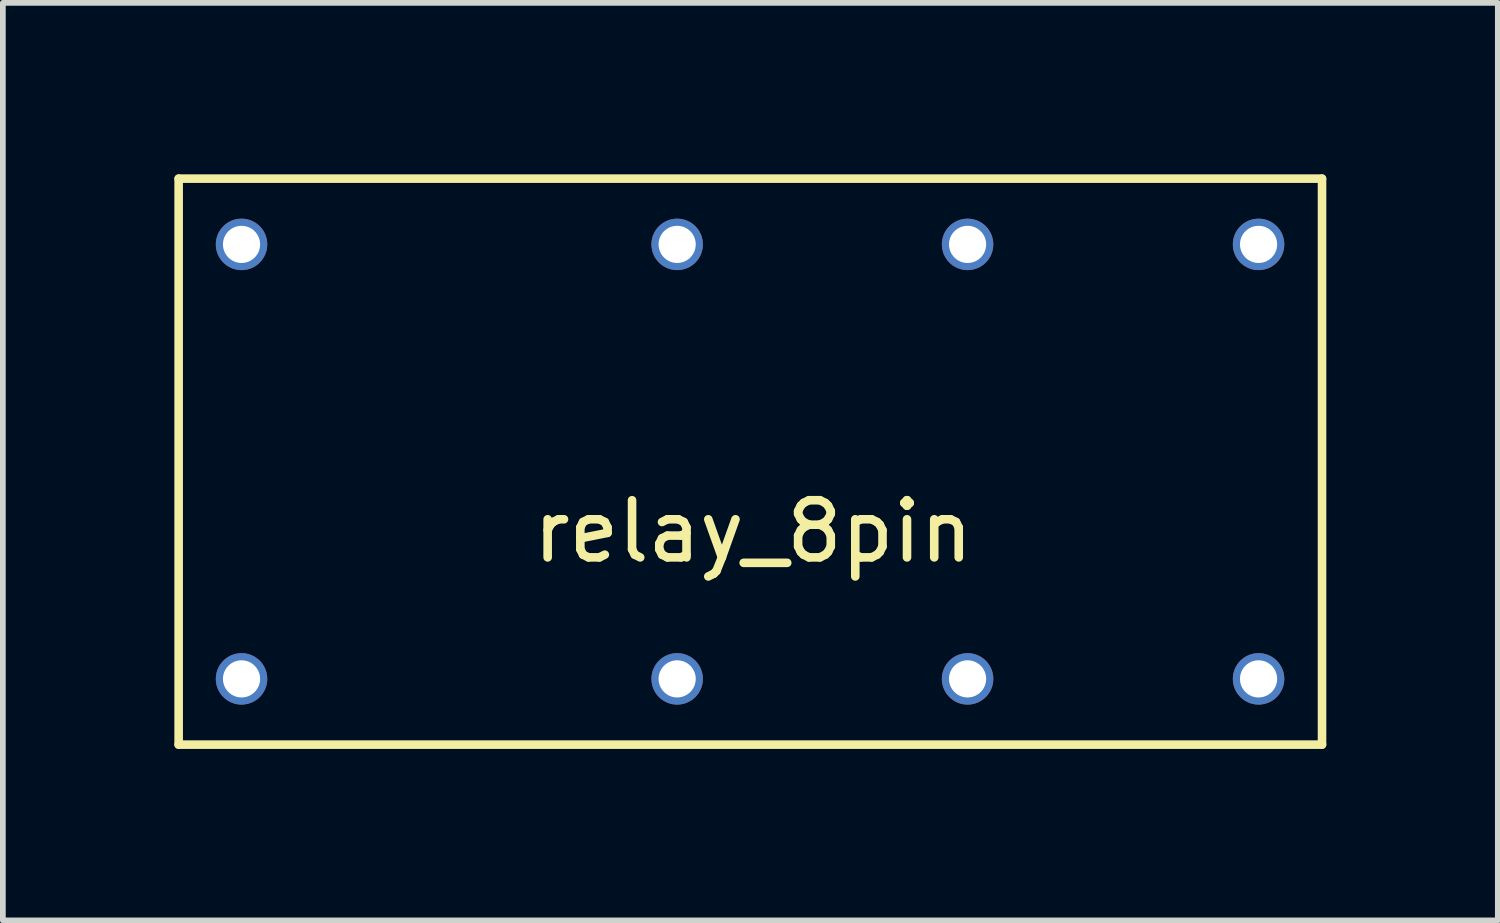
<source format=kicad_pcb>
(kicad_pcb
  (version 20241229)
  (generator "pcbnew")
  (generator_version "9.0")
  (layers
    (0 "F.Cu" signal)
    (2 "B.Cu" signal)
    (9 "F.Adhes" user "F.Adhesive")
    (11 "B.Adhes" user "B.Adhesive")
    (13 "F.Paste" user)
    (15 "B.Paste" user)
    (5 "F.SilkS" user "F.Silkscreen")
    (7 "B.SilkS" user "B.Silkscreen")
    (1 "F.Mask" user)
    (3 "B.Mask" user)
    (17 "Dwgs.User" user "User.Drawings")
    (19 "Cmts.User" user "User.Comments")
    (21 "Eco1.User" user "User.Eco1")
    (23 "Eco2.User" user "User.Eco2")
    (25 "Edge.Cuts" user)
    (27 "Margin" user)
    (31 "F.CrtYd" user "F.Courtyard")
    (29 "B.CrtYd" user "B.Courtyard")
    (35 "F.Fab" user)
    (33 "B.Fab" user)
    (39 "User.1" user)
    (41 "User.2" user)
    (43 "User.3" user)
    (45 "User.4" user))
  (footprint "relay_8pin"
    (layer "F.Cu")
    (at 10.075 5.025)
    (property "Reference" "relay_8pin" (at 0.05 1.22 0) (layer "F.SilkS") (effects (font (size 1 1) (thickness 0.15))))
    (attr through_hole)
    (fp_line (start -10 -4.95) (end -10 4.95) (stroke (width 0.15) (type solid)) (layer "F.SilkS"))
    (fp_line (start -10 4.95) (end 10 4.95) (stroke (width 0.15) (type solid)) (layer "F.SilkS"))
    (fp_line (start 10 -4.95) (end -10 -4.95) (stroke (width 0.15) (type solid)) (layer "F.SilkS"))
    (fp_line (start 10 4.95) (end 10 -4.95) (stroke (width 0.15) (type solid)) (layer "F.SilkS"))
    (pad "1" thru_hole circle (at -8.9 -3.8) (size 0.9 0.9) (drill 0.65) (layers "*.Cu" "*.Mask"))
    (pad "2" thru_hole circle (at -1.28 -3.8) (size 0.9 0.9) (drill 0.65) (layers "*.Cu" "*.Mask"))
    (pad "3" thru_hole circle (at 3.8 -3.8) (size 0.9 0.9) (drill 0.65) (layers "*.Cu" "*.Mask"))
    (pad "4" thru_hole circle (at 8.89 -3.8) (size 0.9 0.9) (drill 0.65) (layers "*.Cu" "*.Mask"))
    (pad "5" thru_hole circle (at 8.89 3.8) (size 0.9 0.9) (drill 0.65) (layers "*.Cu" "*.Mask"))
    (pad "6" thru_hole circle (at 3.8 3.8) (size 0.9 0.9) (drill 0.65) (layers "*.Cu" "*.Mask"))
    (pad "7" thru_hole circle (at -1.28 3.8) (size 0.9 0.9) (drill 0.65) (layers "*.Cu" "*.Mask"))
    (pad "8" thru_hole circle (at -8.9 3.8) (size 0.9 0.9) (drill 0.65) (layers "*.Cu" "*.Mask")))
  (gr_rect
    (start -3 -3)
    (end 23.15 13.05)
    (stroke (width 0.1) (type default))
    (fill no)
    (layer "Edge.Cuts")))
</source>
